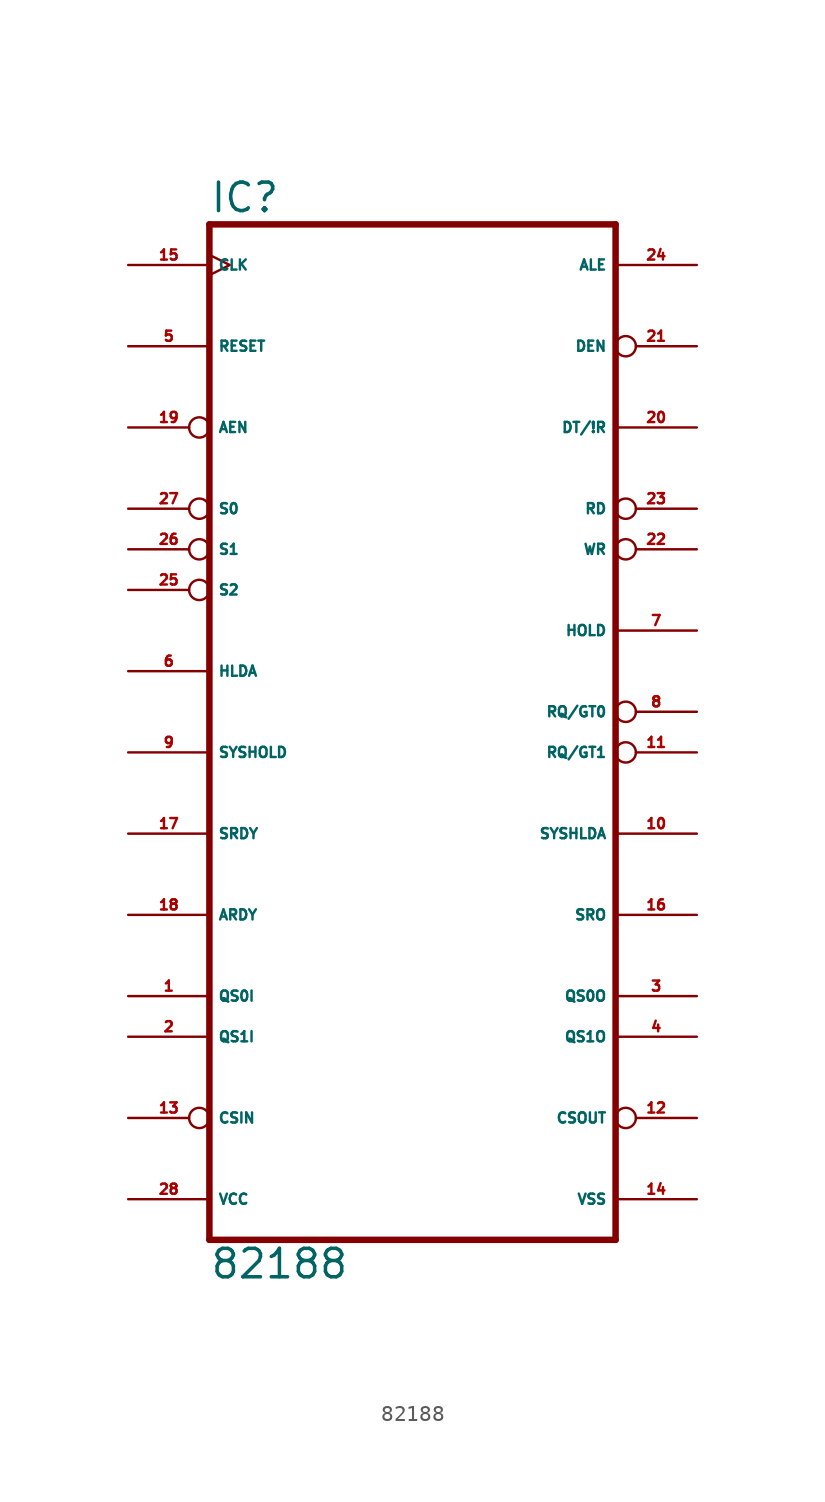
<source format=kicad_sym>
(kicad_symbol_lib
  (version 20220914)
  (generator Eagle2Kicad)
  (symbol "82188"
    (property "Reference" "IC"
      (at -12.7 31.115 0)
      (effects (font (size 1.778 1.778) (thickness 0.22)) (justify left bottom)))
    (property "Value" "82188"
      (at -12.7 -35.56 0)
      (effects (font (size 1.778 1.778) (thickness 0.22)) (justify left bottom)))
    (polyline
      (pts (xy -12.7 -33.02) (xy 12.7 -33.02))
      (stroke (width 0.406) (type default))
      (fill (type none)))
    (polyline
      (pts (xy 12.7 30.48) (xy 12.7 -33.02))
      (stroke (width 0.406) (type default))
      (fill (type none)))
    (polyline
      (pts (xy 12.7 30.48) (xy -12.7 30.48))
      (stroke (width 0.406) (type default))
      (fill (type none)))
    (polyline
      (pts (xy -12.7 -33.02) (xy -12.7 30.48))
      (stroke (width 0.406) (type default))
      (fill (type none)))
    (pin input clock
      (at -17.78 27.94 0)
      (length 5.08)
      (name "CLK" (effects (font (size 0.635 0.635) (thickness 0.08)) (justify left bottom)))
      (number "15" (effects (font (size 0.635 0.635) (thickness 0.08)) (justify left bottom))))
    (pin input line
      (at -17.78 22.86 0)
      (length 5.08)
      (name "RESET" (effects (font (size 0.635 0.635) (thickness 0.08)) (justify left bottom)))
      (number "5" (effects (font (size 0.635 0.635) (thickness 0.08)) (justify left bottom))))
    (pin input inverted
      (at -17.78 17.78 0)
      (length 5.08)
      (name "AEN" (effects (font (size 0.635 0.635) (thickness 0.08)) (justify left bottom)))
      (number "19" (effects (font (size 0.635 0.635) (thickness 0.08)) (justify left bottom))))
    (pin input inverted
      (at -17.78 12.7 0)
      (length 5.08)
      (name "S0" (effects (font (size 0.635 0.635) (thickness 0.08)) (justify left bottom)))
      (number "27" (effects (font (size 0.635 0.635) (thickness 0.08)) (justify left bottom))))
    (pin input inverted
      (at -17.78 10.16 0)
      (length 5.08)
      (name "S1" (effects (font (size 0.635 0.635) (thickness 0.08)) (justify left bottom)))
      (number "26" (effects (font (size 0.635 0.635) (thickness 0.08)) (justify left bottom))))
    (pin input inverted
      (at -17.78 7.62 0)
      (length 5.08)
      (name "S2" (effects (font (size 0.635 0.635) (thickness 0.08)) (justify left bottom)))
      (number "25" (effects (font (size 0.635 0.635) (thickness 0.08)) (justify left bottom))))
    (pin output line
      (at 17.78 27.94 180)
      (length 5.08)
      (name "ALE" (effects (font (size 0.635 0.635) (thickness 0.08)) (justify left bottom)))
      (number "24" (effects (font (size 0.635 0.635) (thickness 0.08)) (justify left bottom))))
    (pin output inverted
      (at 17.78 22.86 180)
      (length 5.08)
      (name "DEN" (effects (font (size 0.635 0.635) (thickness 0.08)) (justify left bottom)))
      (number "21" (effects (font (size 0.635 0.635) (thickness 0.08)) (justify left bottom))))
    (pin output line
      (at 17.78 17.78 180)
      (length 5.08)
      (name "DT/!R" (effects (font (size 0.635 0.635) (thickness 0.08)) (justify left bottom)))
      (number "20" (effects (font (size 0.635 0.635) (thickness 0.08)) (justify left bottom))))
    (pin output inverted
      (at 17.78 12.7 180)
      (length 5.08)
      (name "RD" (effects (font (size 0.635 0.635) (thickness 0.08)) (justify left bottom)))
      (number "23" (effects (font (size 0.635 0.635) (thickness 0.08)) (justify left bottom))))
    (pin output inverted
      (at 17.78 10.16 180)
      (length 5.08)
      (name "WR" (effects (font (size 0.635 0.635) (thickness 0.08)) (justify left bottom)))
      (number "22" (effects (font (size 0.635 0.635) (thickness 0.08)) (justify left bottom))))
    (pin output line
      (at 17.78 5.08 180)
      (length 5.08)
      (name "HOLD" (effects (font (size 0.635 0.635) (thickness 0.08)) (justify left bottom)))
      (number "7" (effects (font (size 0.635 0.635) (thickness 0.08)) (justify left bottom))))
    (pin input line
      (at -17.78 2.54 0)
      (length 5.08)
      (name "HLDA" (effects (font (size 0.635 0.635) (thickness 0.08)) (justify left bottom)))
      (number "6" (effects (font (size 0.635 0.635) (thickness 0.08)) (justify left bottom))))
    (pin bidirectional inverted
      (at 17.78 0 180)
      (length 5.08)
      (name "RQ/GT0" (effects (font (size 0.635 0.635) (thickness 0.08)) (justify left bottom)))
      (number "8" (effects (font (size 0.635 0.635) (thickness 0.08)) (justify left bottom))))
    (pin bidirectional inverted
      (at 17.78 -2.54 180)
      (length 5.08)
      (name "RQ/GT1" (effects (font (size 0.635 0.635) (thickness 0.08)) (justify left bottom)))
      (number "11" (effects (font (size 0.635 0.635) (thickness 0.08)) (justify left bottom))))
    (pin input line
      (at -17.78 -2.54 0)
      (length 5.08)
      (name "SYSHOLD" (effects (font (size 0.635 0.635) (thickness 0.08)) (justify left bottom)))
      (number "9" (effects (font (size 0.635 0.635) (thickness 0.08)) (justify left bottom))))
    (pin output line
      (at 17.78 -7.62 180)
      (length 5.08)
      (name "SYSHLDA" (effects (font (size 0.635 0.635) (thickness 0.08)) (justify left bottom)))
      (number "10" (effects (font (size 0.635 0.635) (thickness 0.08)) (justify left bottom))))
    (pin input line
      (at -17.78 -7.62 0)
      (length 5.08)
      (name "SRDY" (effects (font (size 0.635 0.635) (thickness 0.08)) (justify left bottom)))
      (number "17" (effects (font (size 0.635 0.635) (thickness 0.08)) (justify left bottom))))
    (pin input line
      (at -17.78 -12.7 0)
      (length 5.08)
      (name "ARDY" (effects (font (size 0.635 0.635) (thickness 0.08)) (justify left bottom)))
      (number "18" (effects (font (size 0.635 0.635) (thickness 0.08)) (justify left bottom))))
    (pin output line
      (at 17.78 -12.7 180)
      (length 5.08)
      (name "SRO" (effects (font (size 0.635 0.635) (thickness 0.08)) (justify left bottom)))
      (number "16" (effects (font (size 0.635 0.635) (thickness 0.08)) (justify left bottom))))
    (pin input line
      (at -17.78 -17.78 0)
      (length 5.08)
      (name "QS0I" (effects (font (size 0.635 0.635) (thickness 0.08)) (justify left bottom)))
      (number "1" (effects (font (size 0.635 0.635) (thickness 0.08)) (justify left bottom))))
    (pin input line
      (at -17.78 -20.32 0)
      (length 5.08)
      (name "QS1I" (effects (font (size 0.635 0.635) (thickness 0.08)) (justify left bottom)))
      (number "2" (effects (font (size 0.635 0.635) (thickness 0.08)) (justify left bottom))))
    (pin output line
      (at 17.78 -17.78 180)
      (length 5.08)
      (name "QS0O" (effects (font (size 0.635 0.635) (thickness 0.08)) (justify left bottom)))
      (number "3" (effects (font (size 0.635 0.635) (thickness 0.08)) (justify left bottom))))
    (pin output line
      (at 17.78 -20.32 180)
      (length 5.08)
      (name "QS1O" (effects (font (size 0.635 0.635) (thickness 0.08)) (justify left bottom)))
      (number "4" (effects (font (size 0.635 0.635) (thickness 0.08)) (justify left bottom))))
    (pin input inverted
      (at -17.78 -25.4 0)
      (length 5.08)
      (name "CSIN" (effects (font (size 0.635 0.635) (thickness 0.08)) (justify left bottom)))
      (number "13" (effects (font (size 0.635 0.635) (thickness 0.08)) (justify left bottom))))
    (pin output inverted
      (at 17.78 -25.4 180)
      (length 5.08)
      (name "CSOUT" (effects (font (size 0.635 0.635) (thickness 0.08)) (justify left bottom)))
      (number "12" (effects (font (size 0.635 0.635) (thickness 0.08)) (justify left bottom))))
    (pin unspecified line
      (at -17.78 -30.48 0)
      (length 5.08)
      (name "VCC" (effects (font (size 0.635 0.635) (thickness 0.08)) (justify left bottom)))
      (number "28" (effects (font (size 0.635 0.635) (thickness 0.08)) (justify left bottom))))
    (pin unspecified line
      (at 17.78 -30.48 180)
      (length 5.08)
      (name "VSS" (effects (font (size 0.635 0.635) (thickness 0.08)) (justify left bottom)))
      (number "14" (effects (font (size 0.635 0.635) (thickness 0.08)) (justify left bottom))))))
</source>
